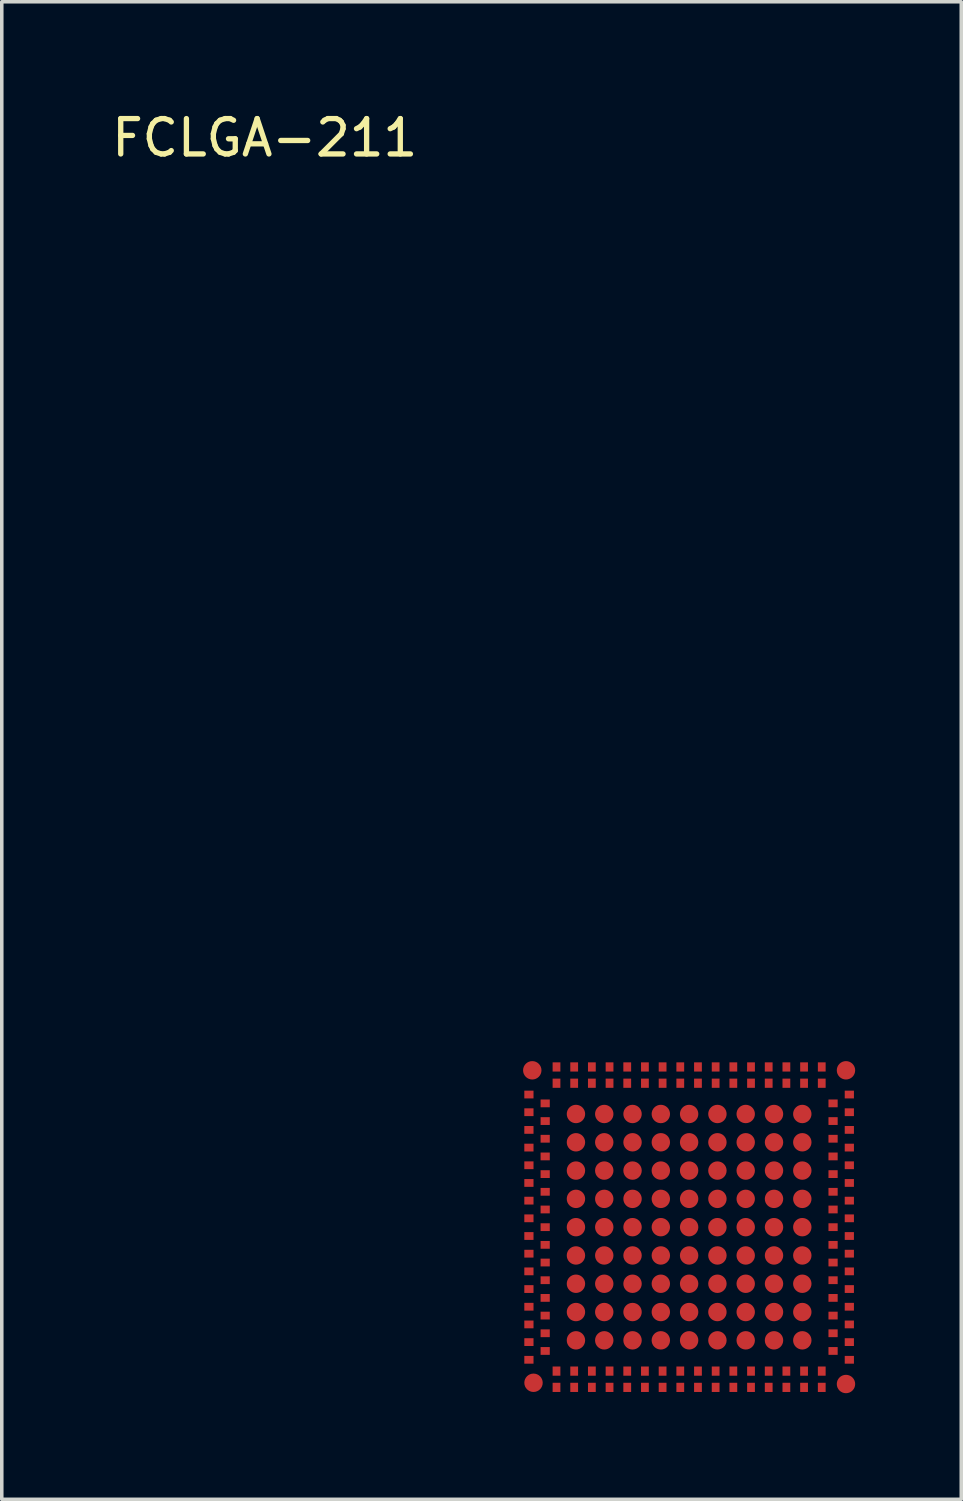
<source format=kicad_pcb>
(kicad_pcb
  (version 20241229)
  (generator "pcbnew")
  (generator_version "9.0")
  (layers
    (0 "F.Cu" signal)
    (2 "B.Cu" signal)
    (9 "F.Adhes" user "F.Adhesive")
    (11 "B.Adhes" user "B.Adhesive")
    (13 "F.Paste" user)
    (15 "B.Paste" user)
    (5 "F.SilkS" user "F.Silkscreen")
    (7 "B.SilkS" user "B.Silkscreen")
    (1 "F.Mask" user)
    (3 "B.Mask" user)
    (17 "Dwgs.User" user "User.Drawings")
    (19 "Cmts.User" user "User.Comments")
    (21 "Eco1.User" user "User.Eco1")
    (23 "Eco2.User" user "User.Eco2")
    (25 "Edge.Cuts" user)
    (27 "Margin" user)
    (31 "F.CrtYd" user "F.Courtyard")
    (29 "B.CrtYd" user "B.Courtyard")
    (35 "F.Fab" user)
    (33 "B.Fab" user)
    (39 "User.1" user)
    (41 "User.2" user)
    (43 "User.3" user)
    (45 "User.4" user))
  (footprint "FCLGA-211"
    (layer "F.Cu")
    (at 16.435 31.648)
    (property "Reference" "FCLGA-211" (at -12 -30.8 0) (layer "F.SilkS") (effects (font (size 1 1) (thickness 0.15))))
    (attr through_hole)
    (pad "1" smd circle (at -4.435 -4.435) (size 0.52 0.52) (layers "F.Cu" "F.Mask" "F.Paste"))
    (pad "2" smd rect (at -4.53 -3.75) (size 0.26 0.22) (layers "F.Cu" "F.Mask" "F.Paste"))
    (pad "3" smd rect (at -4.53 -3.25) (size 0.26 0.22) (layers "F.Cu" "F.Mask" "F.Paste"))
    (pad "4" smd rect (at -4.53 -2.75) (size 0.26 0.22) (layers "F.Cu" "F.Mask" "F.Paste"))
    (pad "5" smd rect (at -4.53 -2.25) (size 0.26 0.22) (layers "F.Cu" "F.Mask" "F.Paste"))
    (pad "6" smd rect (at -4.53 -1.75) (size 0.26 0.22) (layers "F.Cu" "F.Mask" "F.Paste"))
    (pad "7" smd rect (at -4.53 -1.25) (size 0.26 0.22) (layers "F.Cu" "F.Mask" "F.Paste"))
    (pad "8" smd rect (at -4.53 -0.75) (size 0.26 0.22) (layers "F.Cu" "F.Mask" "F.Paste"))
    (pad "9" smd rect (at -4.53 -0.25) (size 0.26 0.22) (layers "F.Cu" "F.Mask" "F.Paste"))
    (pad "10" smd rect (at -4.53 0.25) (size 0.26 0.22) (layers "F.Cu" "F.Mask" "F.Paste"))
    (pad "11" smd rect (at -4.53 0.75) (size 0.26 0.22) (layers "F.Cu" "F.Mask" "F.Paste"))
    (pad "12" smd rect (at -4.53 1.25) (size 0.26 0.22) (layers "F.Cu" "F.Mask" "F.Paste"))
    (pad "13" smd rect (at -4.53 1.75) (size 0.26 0.22) (layers "F.Cu" "F.Mask" "F.Paste"))
    (pad "14" smd rect (at -4.53 2.25) (size 0.26 0.22) (layers "F.Cu" "F.Mask" "F.Paste"))
    (pad "15" smd rect (at -4.53 2.75) (size 0.26 0.22) (layers "F.Cu" "F.Mask" "F.Paste"))
    (pad "16" smd rect (at -4.53 3.25) (size 0.26 0.22) (layers "F.Cu" "F.Mask" "F.Paste"))
    (pad "17" smd rect (at -4.53 3.75) (size 0.26 0.22) (layers "F.Cu" "F.Mask" "F.Paste"))
    (pad "18" smd circle (at -4.4 4.4) (size 0.52 0.52) (layers "F.Cu" "F.Mask" "F.Paste"))
    (pad "19" smd rect (at -3.75 4.53 90) (size 0.26 0.22) (layers "F.Cu" "F.Mask" "F.Paste"))
    (pad "20" smd rect (at -3.25 4.53 90) (size 0.26 0.22) (layers "F.Cu" "F.Mask" "F.Paste"))
    (pad "21" smd rect (at -2.75 4.53 90) (size 0.26 0.22) (layers "F.Cu" "F.Mask" "F.Paste"))
    (pad "22" smd rect (at -2.25 4.53 90) (size 0.26 0.22) (layers "F.Cu" "F.Mask" "F.Paste"))
    (pad "23" smd rect (at -1.75 4.53 90) (size 0.26 0.22) (layers "F.Cu" "F.Mask" "F.Paste"))
    (pad "24" smd rect (at -1.25 4.53 90) (size 0.26 0.22) (layers "F.Cu" "F.Mask" "F.Paste"))
    (pad "25" smd rect (at -0.75 4.53 90) (size 0.26 0.22) (layers "F.Cu" "F.Mask" "F.Paste"))
    (pad "26" smd rect (at -0.25 4.53 90) (size 0.26 0.22) (layers "F.Cu" "F.Mask" "F.Paste"))
    (pad "27" smd rect (at 0.25 4.53 90) (size 0.26 0.22) (layers "F.Cu" "F.Mask" "F.Paste"))
    (pad "28" smd rect (at 0.75 4.53 90) (size 0.26 0.22) (layers "F.Cu" "F.Mask" "F.Paste"))
    (pad "29" smd rect (at 1.25 4.53 90) (size 0.26 0.22) (layers "F.Cu" "F.Mask" "F.Paste"))
    (pad "30" smd rect (at 1.75 4.53 90) (size 0.26 0.22) (layers "F.Cu" "F.Mask" "F.Paste"))
    (pad "31" smd rect (at 2.25 4.53 90) (size 0.26 0.22) (layers "F.Cu" "F.Mask" "F.Paste"))
    (pad "32" smd rect (at 2.75 4.53 90) (size 0.26 0.22) (layers "F.Cu" "F.Mask" "F.Paste"))
    (pad "33" smd rect (at 3.25 4.53 90) (size 0.26 0.22) (layers "F.Cu" "F.Mask" "F.Paste"))
    (pad "34" smd rect (at 3.75 4.53 90) (size 0.26 0.22) (layers "F.Cu" "F.Mask" "F.Paste"))
    (pad "35" smd circle (at 4.435 4.435) (size 0.52 0.52) (layers "F.Cu" "F.Mask" "F.Paste"))
    (pad "36" smd rect (at 4.53 3.75) (size 0.26 0.22) (layers "F.Cu" "F.Mask" "F.Paste"))
    (pad "37" smd rect (at 4.53 3.25) (size 0.26 0.22) (layers "F.Cu" "F.Mask" "F.Paste"))
    (pad "38" smd rect (at 4.53 2.75) (size 0.26 0.22) (layers "F.Cu" "F.Mask" "F.Paste"))
    (pad "39" smd rect (at 4.53 2.25) (size 0.26 0.22) (layers "F.Cu" "F.Mask" "F.Paste"))
    (pad "40" smd rect (at 4.53 1.75) (size 0.26 0.22) (layers "F.Cu" "F.Mask" "F.Paste"))
    (pad "41" smd rect (at 4.53 1.25) (size 0.26 0.22) (layers "F.Cu" "F.Mask" "F.Paste"))
    (pad "42" smd rect (at 4.53 0.75) (size 0.26 0.22) (layers "F.Cu" "F.Mask" "F.Paste"))
    (pad "43" smd rect (at 4.53 0.25) (size 0.26 0.22) (layers "F.Cu" "F.Mask" "F.Paste"))
    (pad "44" smd rect (at 4.53 -0.25) (size 0.26 0.22) (layers "F.Cu" "F.Mask" "F.Paste"))
    (pad "45" smd rect (at 4.53 -0.75) (size 0.26 0.22) (layers "F.Cu" "F.Mask" "F.Paste"))
    (pad "46" smd rect (at 4.53 -1.25) (size 0.26 0.22) (layers "F.Cu" "F.Mask" "F.Paste"))
    (pad "47" smd rect (at 4.53 -1.75) (size 0.26 0.22) (layers "F.Cu" "F.Mask" "F.Paste"))
    (pad "48" smd rect (at 4.53 -2.25) (size 0.26 0.22) (layers "F.Cu" "F.Mask" "F.Paste"))
    (pad "49" smd rect (at 4.53 -2.75) (size 0.26 0.22) (layers "F.Cu" "F.Mask" "F.Paste"))
    (pad "50" smd rect (at 4.53 -3.25) (size 0.26 0.22) (layers "F.Cu" "F.Mask" "F.Paste"))
    (pad "51" smd rect (at 4.53 -3.75) (size 0.26 0.22) (layers "F.Cu" "F.Mask" "F.Paste"))
    (pad "52" smd circle (at 4.435 -4.435) (size 0.52 0.52) (layers "F.Cu" "F.Mask" "F.Paste"))
    (pad "53" smd rect (at 3.75 -4.53 90) (size 0.26 0.22) (layers "F.Cu" "F.Mask" "F.Paste"))
    (pad "54" smd rect (at 3.25 -4.53 90) (size 0.26 0.22) (layers "F.Cu" "F.Mask" "F.Paste"))
    (pad "55" smd rect (at 2.75 -4.53 90) (size 0.26 0.22) (layers "F.Cu" "F.Mask" "F.Paste"))
    (pad "56" smd rect (at 2.25 -4.53 90) (size 0.26 0.22) (layers "F.Cu" "F.Mask" "F.Paste"))
    (pad "57" smd rect (at 1.75 -4.53 90) (size 0.26 0.22) (layers "F.Cu" "F.Mask" "F.Paste"))
    (pad "58" smd rect (at 1.25 -4.53 90) (size 0.26 0.22) (layers "F.Cu" "F.Mask" "F.Paste"))
    (pad "59" smd rect (at 0.75 -4.53 90) (size 0.26 0.22) (layers "F.Cu" "F.Mask" "F.Paste"))
    (pad "60" smd rect (at 0.25 -4.53 90) (size 0.26 0.22) (layers "F.Cu" "F.Mask" "F.Paste"))
    (pad "61" smd rect (at -0.25 -4.53 90) (size 0.26 0.22) (layers "F.Cu" "F.Mask" "F.Paste"))
    (pad "62" smd rect (at -0.75 -4.53 90) (size 0.26 0.22) (layers "F.Cu" "F.Mask" "F.Paste"))
    (pad "63" smd rect (at -1.25 -4.53 90) (size 0.26 0.22) (layers "F.Cu" "F.Mask" "F.Paste"))
    (pad "64" smd rect (at -1.75 -4.53 90) (size 0.26 0.22) (layers "F.Cu" "F.Mask" "F.Paste"))
    (pad "65" smd rect (at -2.25 -4.53 90) (size 0.26 0.22) (layers "F.Cu" "F.Mask" "F.Paste"))
    (pad "66" smd rect (at -2.75 -4.53 90) (size 0.26 0.22) (layers "F.Cu" "F.Mask" "F.Paste"))
    (pad "67" smd rect (at -3.25 -4.53 90) (size 0.26 0.22) (layers "F.Cu" "F.Mask" "F.Paste"))
    (pad "68" smd rect (at -3.75 -4.53 90) (size 0.26 0.22) (layers "F.Cu" "F.Mask" "F.Paste"))
    (pad "69" smd rect (at -4.07 -3.5) (size 0.26 0.22) (layers "F.Cu" "F.Mask" "F.Paste"))
    (pad "70" smd rect (at -4.07 -3) (size 0.26 0.22) (layers "F.Cu" "F.Mask" "F.Paste"))
    (pad "71" smd rect (at -4.07 -2.5) (size 0.26 0.22) (layers "F.Cu" "F.Mask" "F.Paste"))
    (pad "72" smd rect (at -4.07 -2) (size 0.26 0.22) (layers "F.Cu" "F.Mask" "F.Paste"))
    (pad "73" smd rect (at -4.07 -1.5) (size 0.26 0.22) (layers "F.Cu" "F.Mask" "F.Paste"))
    (pad "74" smd rect (at -4.07 -1) (size 0.26 0.22) (layers "F.Cu" "F.Mask" "F.Paste"))
    (pad "75" smd rect (at -4.07 -0.5) (size 0.26 0.22) (layers "F.Cu" "F.Mask" "F.Paste"))
    (pad "76" smd rect (at -4.07 0) (size 0.26 0.22) (layers "F.Cu" "F.Mask" "F.Paste"))
    (pad "77" smd rect (at -4.07 0.5) (size 0.26 0.22) (layers "F.Cu" "F.Mask" "F.Paste"))
    (pad "78" smd rect (at -4.07 1) (size 0.26 0.22) (layers "F.Cu" "F.Mask" "F.Paste"))
    (pad "79" smd rect (at -4.07 1.5) (size 0.26 0.22) (layers "F.Cu" "F.Mask" "F.Paste"))
    (pad "80" smd rect (at -4.07 2) (size 0.26 0.22) (layers "F.Cu" "F.Mask" "F.Paste"))
    (pad "81" smd rect (at -4.07 2.5) (size 0.26 0.22) (layers "F.Cu" "F.Mask" "F.Paste"))
    (pad "82" smd rect (at -4.07 3) (size 0.26 0.22) (layers "F.Cu" "F.Mask" "F.Paste"))
    (pad "83" smd rect (at -4.07 3.5) (size 0.26 0.22) (layers "F.Cu" "F.Mask" "F.Paste"))
    (pad "84" smd rect (at -3.75 4.07 90) (size 0.26 0.22) (layers "F.Cu" "F.Mask" "F.Paste"))
    (pad "85" smd rect (at -3.25 4.07 90) (size 0.26 0.22) (layers "F.Cu" "F.Mask" "F.Paste"))
    (pad "86" smd rect (at -2.75 4.07 90) (size 0.26 0.22) (layers "F.Cu" "F.Mask" "F.Paste"))
    (pad "87" smd rect (at -2.25 4.07 90) (size 0.26 0.22) (layers "F.Cu" "F.Mask" "F.Paste"))
    (pad "88" smd rect (at -1.75 4.07 90) (size 0.26 0.22) (layers "F.Cu" "F.Mask" "F.Paste"))
    (pad "89" smd rect (at -1.25 4.07 90) (size 0.26 0.22) (layers "F.Cu" "F.Mask" "F.Paste"))
    (pad "90" smd rect (at -0.75 4.07 90) (size 0.26 0.22) (layers "F.Cu" "F.Mask" "F.Paste"))
    (pad "91" smd rect (at -0.25 4.07 90) (size 0.26 0.22) (layers "F.Cu" "F.Mask" "F.Paste"))
    (pad "92" smd rect (at 0.25 4.07 90) (size 0.26 0.22) (layers "F.Cu" "F.Mask" "F.Paste"))
    (pad "93" smd rect (at 0.75 4.07 90) (size 0.26 0.22) (layers "F.Cu" "F.Mask" "F.Paste"))
    (pad "94" smd rect (at 1.25 4.07 90) (size 0.26 0.22) (layers "F.Cu" "F.Mask" "F.Paste"))
    (pad "95" smd rect (at 1.75 4.07 90) (size 0.26 0.22) (layers "F.Cu" "F.Mask" "F.Paste"))
    (pad "96" smd rect (at 2.25 4.07 90) (size 0.26 0.22) (layers "F.Cu" "F.Mask" "F.Paste"))
    (pad "97" smd rect (at 2.75 4.07 90) (size 0.26 0.22) (layers "F.Cu" "F.Mask" "F.Paste"))
    (pad "98" smd rect (at 3.25 4.07 90) (size 0.26 0.22) (layers "F.Cu" "F.Mask" "F.Paste"))
    (pad "99" smd rect (at 3.75 4.07 90) (size 0.26 0.22) (layers "F.Cu" "F.Mask" "F.Paste"))
    (pad "100" smd rect (at 4.07 3.5) (size 0.26 0.22) (layers "F.Cu" "F.Mask" "F.Paste"))
    (pad "101" smd rect (at 4.07 3) (size 0.26 0.22) (layers "F.Cu" "F.Mask" "F.Paste"))
    (pad "102" smd rect (at 4.07 2.5) (size 0.26 0.22) (layers "F.Cu" "F.Mask" "F.Paste"))
    (pad "103" smd rect (at 4.07 2) (size 0.26 0.22) (layers "F.Cu" "F.Mask" "F.Paste"))
    (pad "104" smd rect (at 4.07 1.5) (size 0.26 0.22) (layers "F.Cu" "F.Mask" "F.Paste"))
    (pad "105" smd rect (at 4.07 1) (size 0.26 0.22) (layers "F.Cu" "F.Mask" "F.Paste"))
    (pad "106" smd rect (at 4.07 0.5) (size 0.26 0.22) (layers "F.Cu" "F.Mask" "F.Paste"))
    (pad "107" smd rect (at 4.07 0) (size 0.26 0.22) (layers "F.Cu" "F.Mask" "F.Paste"))
    (pad "108" smd rect (at 4.07 -0.5) (size 0.26 0.22) (layers "F.Cu" "F.Mask" "F.Paste"))
    (pad "109" smd rect (at 4.07 -1) (size 0.26 0.22) (layers "F.Cu" "F.Mask" "F.Paste"))
    (pad "110" smd rect (at 4.07 -1.5) (size 0.26 0.22) (layers "F.Cu" "F.Mask" "F.Paste"))
    (pad "111" smd rect (at 4.07 -2) (size 0.26 0.22) (layers "F.Cu" "F.Mask" "F.Paste"))
    (pad "112" smd rect (at 4.07 -2.5) (size 0.26 0.22) (layers "F.Cu" "F.Mask" "F.Paste"))
    (pad "113" smd rect (at 4.07 -3) (size 0.26 0.22) (layers "F.Cu" "F.Mask" "F.Paste"))
    (pad "114" smd rect (at 4.07 -3.5) (size 0.26 0.22) (layers "F.Cu" "F.Mask" "F.Paste"))
    (pad "115" smd rect (at 3.75 -4.07 90) (size 0.26 0.22) (layers "F.Cu" "F.Mask" "F.Paste"))
    (pad "116" smd rect (at 3.25 -4.07 90) (size 0.26 0.22) (layers "F.Cu" "F.Mask" "F.Paste"))
    (pad "117" smd rect (at 2.75 -4.07 90) (size 0.26 0.22) (layers "F.Cu" "F.Mask" "F.Paste"))
    (pad "118" smd rect (at 2.25 -4.07 90) (size 0.26 0.22) (layers "F.Cu" "F.Mask" "F.Paste"))
    (pad "119" smd rect (at 1.75 -4.07 90) (size 0.26 0.22) (layers "F.Cu" "F.Mask" "F.Paste"))
    (pad "120" smd rect (at 1.25 -4.07 90) (size 0.26 0.22) (layers "F.Cu" "F.Mask" "F.Paste"))
    (pad "121" smd rect (at 0.75 -4.07 90) (size 0.26 0.22) (layers "F.Cu" "F.Mask" "F.Paste"))
    (pad "122" smd rect (at 0.25 -4.07 90) (size 0.26 0.22) (layers "F.Cu" "F.Mask" "F.Paste"))
    (pad "123" smd rect (at -0.25 -4.07 90) (size 0.26 0.22) (layers "F.Cu" "F.Mask" "F.Paste"))
    (pad "124" smd rect (at -0.75 -4.07 90) (size 0.26 0.22) (layers "F.Cu" "F.Mask" "F.Paste"))
    (pad "125" smd rect (at -1.25 -4.07 90) (size 0.26 0.22) (layers "F.Cu" "F.Mask" "F.Paste"))
    (pad "126" smd rect (at -1.75 -4.07 90) (size 0.26 0.22) (layers "F.Cu" "F.Mask" "F.Paste"))
    (pad "127" smd rect (at -2.25 -4.07 90) (size 0.26 0.22) (layers "F.Cu" "F.Mask" "F.Paste"))
    (pad "128" smd rect (at -2.75 -4.07 90) (size 0.26 0.22) (layers "F.Cu" "F.Mask" "F.Paste"))
    (pad "129" smd rect (at -3.25 -4.07 90) (size 0.26 0.22) (layers "F.Cu" "F.Mask" "F.Paste"))
    (pad "130" smd rect (at -3.75 -4.07 90) (size 0.26 0.22) (layers "F.Cu" "F.Mask" "F.Paste"))
    (pad "131" smd circle (at -3.2 -3.2) (size 0.52 0.52) (layers "F.Cu" "F.Mask" "F.Paste"))
    (pad "132" smd circle (at -2.4 -3.2) (size 0.52 0.52) (layers "F.Cu" "F.Mask" "F.Paste"))
    (pad "133" smd circle (at -1.6 -3.2) (size 0.52 0.52) (layers "F.Cu" "F.Mask" "F.Paste"))
    (pad "134" smd circle (at -0.8 -3.2) (size 0.52 0.52) (layers "F.Cu" "F.Mask" "F.Paste"))
    (pad "135" smd circle (at 0 -3.2) (size 0.52 0.52) (layers "F.Cu" "F.Mask" "F.Paste"))
    (pad "136" smd circle (at 0.8 -3.2) (size 0.52 0.52) (layers "F.Cu" "F.Mask" "F.Paste"))
    (pad "137" smd circle (at 1.6 -3.2) (size 0.52 0.52) (layers "F.Cu" "F.Mask" "F.Paste"))
    (pad "138" smd circle (at 2.4 -3.2) (size 0.52 0.52) (layers "F.Cu" "F.Mask" "F.Paste"))
    (pad "139" smd circle (at 3.2 -3.2) (size 0.52 0.52) (layers "F.Cu" "F.Mask" "F.Paste"))
    (pad "140" smd circle (at -3.2 -2.4) (size 0.52 0.52) (layers "F.Cu" "F.Mask" "F.Paste"))
    (pad "141" smd circle (at -2.4 -2.4) (size 0.52 0.52) (layers "F.Cu" "F.Mask" "F.Paste"))
    (pad "142" smd circle (at -1.6 -2.4) (size 0.52 0.52) (layers "F.Cu" "F.Mask" "F.Paste"))
    (pad "143" smd circle (at -0.8 -2.4) (size 0.52 0.52) (layers "F.Cu" "F.Mask" "F.Paste"))
    (pad "144" smd circle (at 0 -2.4) (size 0.52 0.52) (layers "F.Cu" "F.Mask" "F.Paste"))
    (pad "145" smd circle (at 0.8 -2.4) (size 0.52 0.52) (layers "F.Cu" "F.Mask" "F.Paste"))
    (pad "146" smd circle (at 1.6 -2.4) (size 0.52 0.52) (layers "F.Cu" "F.Mask" "F.Paste"))
    (pad "147" smd circle (at 2.4 -2.4) (size 0.52 0.52) (layers "F.Cu" "F.Mask" "F.Paste"))
    (pad "148" smd circle (at 3.2 -2.4) (size 0.52 0.52) (layers "F.Cu" "F.Mask" "F.Paste"))
    (pad "149" smd circle (at -3.2 -1.6) (size 0.52 0.52) (layers "F.Cu" "F.Mask" "F.Paste"))
    (pad "150" smd circle (at -2.4 -1.6) (size 0.52 0.52) (layers "F.Cu" "F.Mask" "F.Paste"))
    (pad "151" smd circle (at -1.6 -1.6) (size 0.52 0.52) (layers "F.Cu" "F.Mask" "F.Paste"))
    (pad "152" smd circle (at -0.8 -1.6) (size 0.52 0.52) (layers "F.Cu" "F.Mask" "F.Paste"))
    (pad "153" smd circle (at 0 -1.6) (size 0.52 0.52) (layers "F.Cu" "F.Mask" "F.Paste"))
    (pad "154" smd circle (at 0.8 -1.6) (size 0.52 0.52) (layers "F.Cu" "F.Mask" "F.Paste"))
    (pad "155" smd circle (at 1.6 -1.6) (size 0.52 0.52) (layers "F.Cu" "F.Mask" "F.Paste"))
    (pad "156" smd circle (at 2.4 -1.6) (size 0.52 0.52) (layers "F.Cu" "F.Mask" "F.Paste"))
    (pad "157" smd circle (at 3.2 -1.6) (size 0.52 0.52) (layers "F.Cu" "F.Mask" "F.Paste"))
    (pad "158" smd circle (at -3.2 -0.8) (size 0.52 0.52) (layers "F.Cu" "F.Mask" "F.Paste"))
    (pad "159" smd circle (at -2.4 -0.8) (size 0.52 0.52) (layers "F.Cu" "F.Mask" "F.Paste"))
    (pad "160" smd circle (at -1.6 -0.8) (size 0.52 0.52) (layers "F.Cu" "F.Mask" "F.Paste"))
    (pad "161" smd circle (at -0.8 -0.8) (size 0.52 0.52) (layers "F.Cu" "F.Mask" "F.Paste"))
    (pad "162" smd circle (at 0 -0.8) (size 0.52 0.52) (layers "F.Cu" "F.Mask" "F.Paste"))
    (pad "163" smd circle (at 0.8 -0.8) (size 0.52 0.52) (layers "F.Cu" "F.Mask" "F.Paste"))
    (pad "164" smd circle (at 1.6 -0.8) (size 0.52 0.52) (layers "F.Cu" "F.Mask" "F.Paste"))
    (pad "165" smd circle (at 2.4 -0.8) (size 0.52 0.52) (layers "F.Cu" "F.Mask" "F.Paste"))
    (pad "166" smd circle (at 3.2 -0.8) (size 0.52 0.52) (layers "F.Cu" "F.Mask" "F.Paste"))
    (pad "167" smd circle (at -3.2 0) (size 0.52 0.52) (layers "F.Cu" "F.Mask" "F.Paste"))
    (pad "168" smd circle (at -2.4 0) (size 0.52 0.52) (layers "F.Cu" "F.Mask" "F.Paste"))
    (pad "169" smd circle (at -1.6 0) (size 0.52 0.52) (layers "F.Cu" "F.Mask" "F.Paste"))
    (pad "170" smd circle (at -0.8 0) (size 0.52 0.52) (layers "F.Cu" "F.Mask" "F.Paste"))
    (pad "171" smd circle (at 0 0) (size 0.52 0.52) (layers "F.Cu" "F.Mask" "F.Paste"))
    (pad "172" smd circle (at 0.8 0) (size 0.52 0.52) (layers "F.Cu" "F.Mask" "F.Paste"))
    (pad "173" smd circle (at 1.6 0) (size 0.52 0.52) (layers "F.Cu" "F.Mask" "F.Paste"))
    (pad "174" smd circle (at 2.4 0) (size 0.52 0.52) (layers "F.Cu" "F.Mask" "F.Paste"))
    (pad "175" smd circle (at 3.2 0) (size 0.52 0.52) (layers "F.Cu" "F.Mask" "F.Paste"))
    (pad "176" smd circle (at -3.2 0.8) (size 0.52 0.52) (layers "F.Cu" "F.Mask" "F.Paste"))
    (pad "177" smd circle (at -2.4 0.8) (size 0.52 0.52) (layers "F.Cu" "F.Mask" "F.Paste"))
    (pad "178" smd circle (at -1.6 0.8) (size 0.52 0.52) (layers "F.Cu" "F.Mask" "F.Paste"))
    (pad "179" smd circle (at -0.8 0.8) (size 0.52 0.52) (layers "F.Cu" "F.Mask" "F.Paste"))
    (pad "180" smd circle (at 0 0.8) (size 0.52 0.52) (layers "F.Cu" "F.Mask" "F.Paste"))
    (pad "181" smd circle (at 0.8 0.8) (size 0.52 0.52) (layers "F.Cu" "F.Mask" "F.Paste"))
    (pad "182" smd circle (at 1.6 0.8) (size 0.52 0.52) (layers "F.Cu" "F.Mask" "F.Paste"))
    (pad "183" smd circle (at 2.4 0.8) (size 0.52 0.52) (layers "F.Cu" "F.Mask" "F.Paste"))
    (pad "184" smd circle (at 3.2 0.8) (size 0.52 0.52) (layers "F.Cu" "F.Mask" "F.Paste"))
    (pad "185" smd circle (at -3.2 1.6) (size 0.52 0.52) (layers "F.Cu" "F.Mask" "F.Paste"))
    (pad "186" smd circle (at -2.4 1.6) (size 0.52 0.52) (layers "F.Cu" "F.Mask" "F.Paste"))
    (pad "187" smd circle (at -1.6 1.6) (size 0.52 0.52) (layers "F.Cu" "F.Mask" "F.Paste"))
    (pad "188" smd circle (at -0.8 1.6) (size 0.52 0.52) (layers "F.Cu" "F.Mask" "F.Paste"))
    (pad "189" smd circle (at 0 1.6) (size 0.52 0.52) (layers "F.Cu" "F.Mask" "F.Paste"))
    (pad "190" smd circle (at 0.8 1.6) (size 0.52 0.52) (layers "F.Cu" "F.Mask" "F.Paste"))
    (pad "191" smd circle (at 1.6 1.6) (size 0.52 0.52) (layers "F.Cu" "F.Mask" "F.Paste"))
    (pad "192" smd circle (at 2.4 1.6) (size 0.52 0.52) (layers "F.Cu" "F.Mask" "F.Paste"))
    (pad "193" smd circle (at 3.2 1.6) (size 0.52 0.52) (layers "F.Cu" "F.Mask" "F.Paste"))
    (pad "194" smd circle (at -3.2 2.4) (size 0.52 0.52) (layers "F.Cu" "F.Mask" "F.Paste"))
    (pad "195" smd circle (at -2.4 2.4) (size 0.52 0.52) (layers "F.Cu" "F.Mask" "F.Paste"))
    (pad "196" smd circle (at -1.6 2.4) (size 0.52 0.52) (layers "F.Cu" "F.Mask" "F.Paste"))
    (pad "197" smd circle (at -0.8 2.4) (size 0.52 0.52) (layers "F.Cu" "F.Mask" "F.Paste"))
    (pad "198" smd circle (at 0 2.4) (size 0.52 0.52) (layers "F.Cu" "F.Mask" "F.Paste"))
    (pad "199" smd circle (at 0.8 2.4) (size 0.52 0.52) (layers "F.Cu" "F.Mask" "F.Paste"))
    (pad "200" smd circle (at 1.6 2.4) (size 0.52 0.52) (layers "F.Cu" "F.Mask" "F.Paste"))
    (pad "201" smd circle (at 2.4 2.4) (size 0.52 0.52) (layers "F.Cu" "F.Mask" "F.Paste"))
    (pad "202" smd circle (at 3.2 2.4) (size 0.52 0.52) (layers "F.Cu" "F.Mask" "F.Paste"))
    (pad "203" smd circle (at -3.2 3.2) (size 0.52 0.52) (layers "F.Cu" "F.Mask" "F.Paste"))
    (pad "204" smd circle (at -2.4 3.2) (size 0.52 0.52) (layers "F.Cu" "F.Mask" "F.Paste"))
    (pad "205" smd circle (at -1.6 3.2) (size 0.52 0.52) (layers "F.Cu" "F.Mask" "F.Paste"))
    (pad "206" smd circle (at -0.8 3.2) (size 0.52 0.52) (layers "F.Cu" "F.Mask" "F.Paste"))
    (pad "207" smd circle (at 0 3.2) (size 0.52 0.52) (layers "F.Cu" "F.Mask" "F.Paste"))
    (pad "208" smd circle (at 0.8 3.2) (size 0.52 0.52) (layers "F.Cu" "F.Mask" "F.Paste"))
    (pad "209" smd circle (at 1.6 3.2) (size 0.52 0.52) (layers "F.Cu" "F.Mask" "F.Paste"))
    (pad "210" smd circle (at 2.4 3.2) (size 0.52 0.52) (layers "F.Cu" "F.Mask" "F.Paste"))
    (pad "211" smd circle (at 3.2 3.2) (size 0.52 0.52) (layers "F.Cu" "F.Mask" "F.Paste")))
  (gr_rect
    (start -3 -3)
    (end 24.13 39.343)
    (stroke (width 0.1) (type default))
    (fill no)
    (layer "Edge.Cuts")))
</source>
